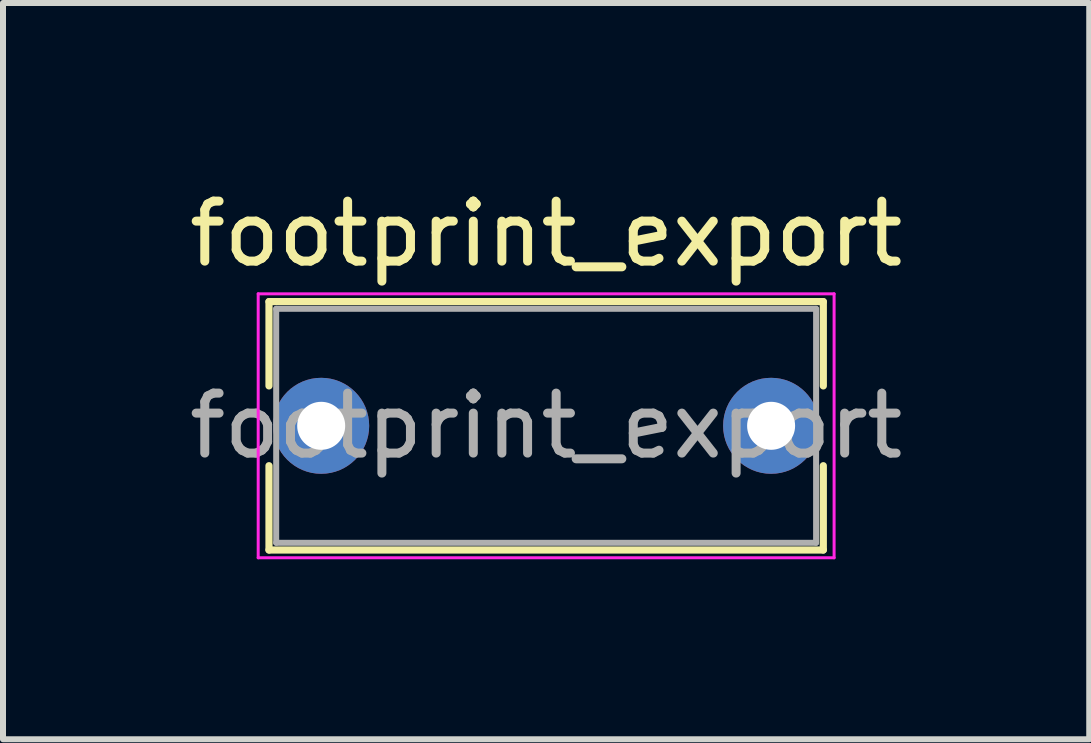
<source format=kicad_pcb>
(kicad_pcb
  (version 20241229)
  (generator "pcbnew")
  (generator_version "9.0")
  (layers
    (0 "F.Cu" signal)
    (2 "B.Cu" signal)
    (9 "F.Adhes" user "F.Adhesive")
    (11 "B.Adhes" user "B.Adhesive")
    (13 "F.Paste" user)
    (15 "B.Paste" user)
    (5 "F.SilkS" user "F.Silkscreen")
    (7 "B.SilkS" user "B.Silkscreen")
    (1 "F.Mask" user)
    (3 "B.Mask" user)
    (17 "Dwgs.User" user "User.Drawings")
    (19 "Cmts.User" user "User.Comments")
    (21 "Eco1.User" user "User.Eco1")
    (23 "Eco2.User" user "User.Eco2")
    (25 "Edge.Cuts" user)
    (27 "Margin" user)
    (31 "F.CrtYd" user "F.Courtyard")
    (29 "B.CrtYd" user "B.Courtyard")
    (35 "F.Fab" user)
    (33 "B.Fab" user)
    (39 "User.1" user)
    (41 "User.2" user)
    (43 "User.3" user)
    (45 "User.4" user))
  (footprint "footprint_export"
    (layer "F.Cu")
    (at 2.304 4.048)
    (property "Reference" "footprint_export" (at 3.75 -3.2 0) (layer "F.SilkS") (effects (font (size 1 1) (thickness 0.15))))
    (attr through_hole)
    (fp_line (start -0.87 -2.07) (end -0.87 -0.665) (stroke (width 0.12) (type solid)) (layer "F.SilkS"))
    (fp_line (start -0.87 -2.07) (end 8.37 -2.07) (stroke (width 0.12) (type solid)) (layer "F.SilkS"))
    (fp_line (start -0.87 0.665) (end -0.87 2.07) (stroke (width 0.12) (type solid)) (layer "F.SilkS"))
    (fp_line (start -0.87 2.07) (end 8.37 2.07) (stroke (width 0.12) (type solid)) (layer "F.SilkS"))
    (fp_line (start 8.37 -2.07) (end 8.37 -0.665) (stroke (width 0.12) (type solid)) (layer "F.SilkS"))
    (fp_line (start 8.37 0.665) (end 8.37 2.07) (stroke (width 0.12) (type solid)) (layer "F.SilkS"))
    (fp_line (start -1.05 -2.2) (end -1.05 2.2) (stroke (width 0.05) (type solid)) (layer "F.CrtYd"))
    (fp_line (start -1.05 2.2) (end 8.55 2.2) (stroke (width 0.05) (type solid)) (layer "F.CrtYd"))
    (fp_line (start 8.55 -2.2) (end -1.05 -2.2) (stroke (width 0.05) (type solid)) (layer "F.CrtYd"))
    (fp_line (start 8.55 2.2) (end 8.55 -2.2) (stroke (width 0.05) (type solid)) (layer "F.CrtYd"))
    (fp_line (start -0.75 -1.95) (end -0.75 1.95) (stroke (width 0.1) (type solid)) (layer "F.Fab"))
    (fp_line (start -0.75 1.95) (end 8.25 1.95) (stroke (width 0.1) (type solid)) (layer "F.Fab"))
    (fp_line (start 8.25 -1.95) (end -0.75 -1.95) (stroke (width 0.1) (type solid)) (layer "F.Fab"))
    (fp_line (start 8.25 1.95) (end 8.25 -1.95) (stroke (width 0.1) (type solid)) (layer "F.Fab"))
    (fp_text user "${REFERENCE}" (at 3.75 0 0) (layer "F.Fab") (effects (font (size 1 1) (thickness 0.15))))
    (pad "1" thru_hole circle (at 0 0) (size 1.6 1.6) (drill 0.8) (layers "*.Cu" "*.Mask"))
    (pad "2" thru_hole circle (at 7.5 0) (size 1.6 1.6) (drill 0.8) (layers "*.Cu" "*.Mask")))
  (gr_rect
    (start -3 -3)
    (end 15.107 9.273)
    (stroke (width 0.1) (type default))
    (fill no)
    (layer "Edge.Cuts")))
</source>
